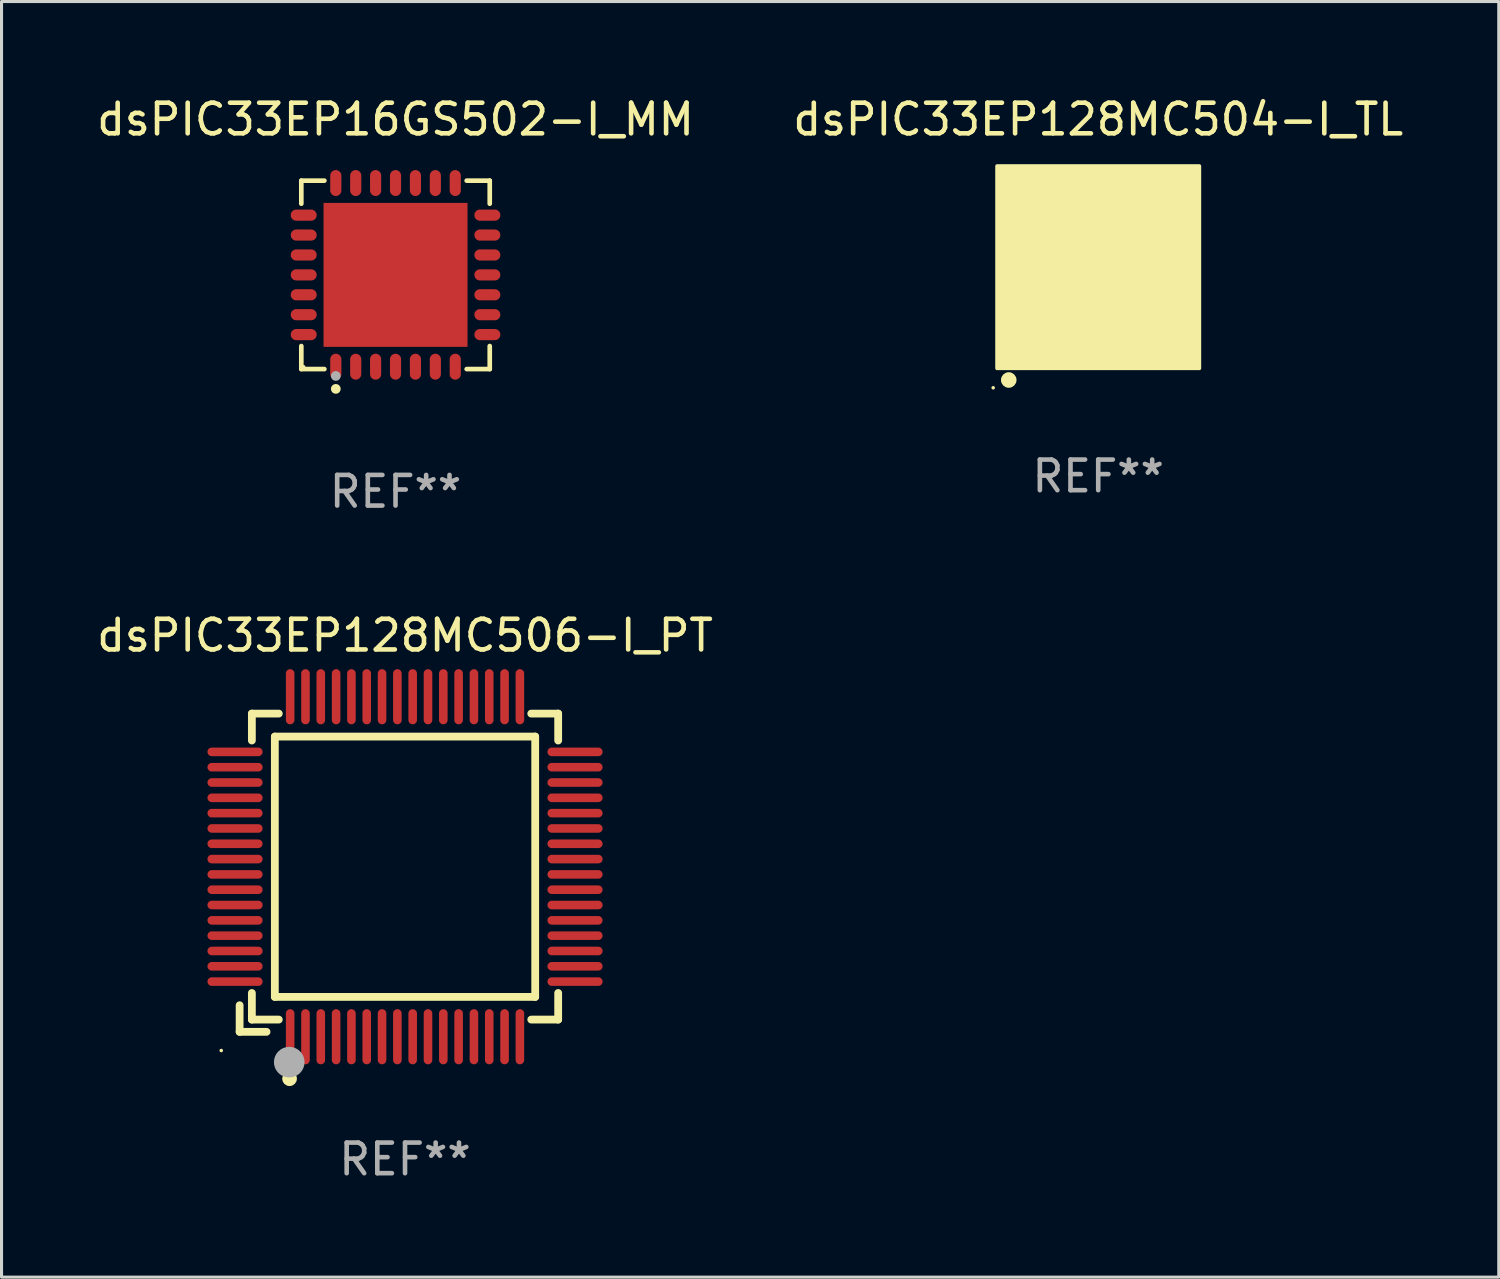
<source format=kicad_pcb>
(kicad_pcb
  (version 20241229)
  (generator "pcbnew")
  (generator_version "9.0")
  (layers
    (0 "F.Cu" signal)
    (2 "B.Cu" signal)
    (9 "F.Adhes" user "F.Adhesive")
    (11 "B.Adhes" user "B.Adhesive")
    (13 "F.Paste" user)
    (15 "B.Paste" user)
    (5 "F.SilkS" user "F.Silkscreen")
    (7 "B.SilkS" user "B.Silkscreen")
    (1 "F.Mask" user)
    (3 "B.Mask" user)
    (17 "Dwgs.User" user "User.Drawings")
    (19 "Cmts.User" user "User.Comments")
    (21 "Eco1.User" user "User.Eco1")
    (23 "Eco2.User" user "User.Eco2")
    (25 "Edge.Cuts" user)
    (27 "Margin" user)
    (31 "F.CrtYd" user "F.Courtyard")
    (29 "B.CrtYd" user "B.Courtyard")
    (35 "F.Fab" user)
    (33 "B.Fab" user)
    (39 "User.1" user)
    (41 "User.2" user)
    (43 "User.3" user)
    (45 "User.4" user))
  (footprint "dsPIC33EP128MC504-I_TL"
    (layer "F.Cu")
    (at 32.804 5.673)
    (property "Reference" "dsPIC33EP128MC504-I_TL" (at 0 -4.825 0) (layer "F.SilkS") (effects (font (size 1 1) (thickness 0.15))))
    (attr through_hole)
    (fp_circle (center -3.429 3.937) (end -3.399 3.937) (stroke (width 0.06) (type solid)) (fill no) (layer "F.SilkS"))
    (fp_circle (center -2.921 3.683) (end -2.794 3.683) (stroke (width 0.254) (type solid)) (fill no) (layer "F.SilkS"))
    (fp_poly (pts (xy -3.302 -3.302) (xy 3.302 -3.302) (xy 3.302 3.302) (xy -3.302 3.302)) (stroke (width 0.12) (type solid)) (fill yes) (layer "F.SilkS"))
    (fp_text user "REF**" (at 0 6.825 0) (layer "F.Fab") (effects (font (size 1 1) (thickness 0.15))))
    (pad "1" smd rect (at -2.25 2.825) (size 0.3 0.45) (layers "F.Cu" "F.Mask" "F.Paste"))
    (pad "2" smd rect (at -1.75 2.825) (size 0.3 0.45) (layers "F.Cu" "F.Mask" "F.Paste"))
    (pad "3" smd rect (at -1.25 2.825) (size 0.3 0.45) (layers "F.Cu" "F.Mask" "F.Paste"))
    (pad "4" smd rect (at -0.75 2.825) (size 0.3 0.45) (layers "F.Cu" "F.Mask" "F.Paste"))
    (pad "5" smd rect (at -0.25 2.825) (size 0.3 0.45) (layers "F.Cu" "F.Mask" "F.Paste"))
    (pad "6" smd rect (at 0.25 2.825) (size 0.3 0.45) (layers "F.Cu" "F.Mask" "F.Paste"))
    (pad "7" smd rect (at 0.75 2.825) (size 0.3 0.45) (layers "F.Cu" "F.Mask" "F.Paste"))
    (pad "8" smd rect (at 1.25 2.825) (size 0.3 0.45) (layers "F.Cu" "F.Mask" "F.Paste"))
    (pad "9" smd rect (at 1.75 2.825) (size 0.3 0.45) (layers "F.Cu" "F.Mask" "F.Paste"))
    (pad "10" smd rect (at 2.25 2.825) (size 0.3 0.45) (layers "F.Cu" "F.Mask" "F.Paste"))
    (pad "11" smd rect (at 2.825 2.825 90) (size 0.45 0.45) (layers "F.Cu" "F.Mask" "F.Paste"))
    (pad "12" smd rect (at 2.825 2.25 90) (size 0.3 0.45) (layers "F.Cu" "F.Mask" "F.Paste"))
    (pad "13" smd rect (at 2.825 1.75 90) (size 0.3 0.45) (layers "F.Cu" "F.Mask" "F.Paste"))
    (pad "14" smd rect (at 2.825 1.25 90) (size 0.3 0.45) (layers "F.Cu" "F.Mask" "F.Paste"))
    (pad "15" smd rect (at 2.825 0.75 90) (size 0.3 0.45) (layers "F.Cu" "F.Mask" "F.Paste"))
    (pad "16" smd rect (at 2.825 0.25 90) (size 0.3 0.45) (layers "F.Cu" "F.Mask" "F.Paste"))
    (pad "17" smd rect (at 2.825 -0.25 90) (size 0.3 0.45) (layers "F.Cu" "F.Mask" "F.Paste"))
    (pad "18" smd rect (at 2.825 -0.75 90) (size 0.3 0.45) (layers "F.Cu" "F.Mask" "F.Paste"))
    (pad "19" smd rect (at 2.825 -1.25 90) (size 0.3 0.45) (layers "F.Cu" "F.Mask" "F.Paste"))
    (pad "20" smd rect (at 2.825 -1.75 90) (size 0.3 0.45) (layers "F.Cu" "F.Mask" "F.Paste"))
    (pad "21" smd rect (at 2.825 -2.25 90) (size 0.3 0.45) (layers "F.Cu" "F.Mask" "F.Paste"))
    (pad "22" smd rect (at 2.825 -2.825 90) (size 0.45 0.45) (layers "F.Cu" "F.Mask" "F.Paste"))
    (pad "23" smd rect (at 2.25 -2.825) (size 0.3 0.45) (layers "F.Cu" "F.Mask" "F.Paste"))
    (pad "24" smd rect (at 1.75 -2.825) (size 0.3 0.45) (layers "F.Cu" "F.Mask" "F.Paste"))
    (pad "25" smd rect (at 1.25 -2.825) (size 0.3 0.45) (layers "F.Cu" "F.Mask" "F.Paste"))
    (pad "26" smd rect (at 0.75 -2.825) (size 0.3 0.45) (layers "F.Cu" "F.Mask" "F.Paste"))
    (pad "27" smd rect (at 0.25 -2.825) (size 0.3 0.45) (layers "F.Cu" "F.Mask" "F.Paste"))
    (pad "28" smd rect (at -0.25 -2.825) (size 0.3 0.45) (layers "F.Cu" "F.Mask" "F.Paste"))
    (pad "29" smd rect (at -0.75 -2.825) (size 0.3 0.45) (layers "F.Cu" "F.Mask" "F.Paste"))
    (pad "30" smd rect (at -1.25 -2.825) (size 0.3 0.45) (layers "F.Cu" "F.Mask" "F.Paste"))
    (pad "31" smd rect (at -1.75 -2.825) (size 0.3 0.45) (layers "F.Cu" "F.Mask" "F.Paste"))
    (pad "32" smd rect (at -2.25 -2.825) (size 0.3 0.45) (layers "F.Cu" "F.Mask" "F.Paste"))
    (pad "33" smd rect (at -2.825 -2.825 90) (size 0.45 0.45) (layers "F.Cu" "F.Mask" "F.Paste"))
    (pad "34" smd rect (at -2.825 -2.25 90) (size 0.3 0.45) (layers "F.Cu" "F.Mask" "F.Paste"))
    (pad "35" smd rect (at -2.825 -1.75 90) (size 0.3 0.45) (layers "F.Cu" "F.Mask" "F.Paste"))
    (pad "36" smd rect (at -2.825 -1.25 90) (size 0.3 0.45) (layers "F.Cu" "F.Mask" "F.Paste"))
    (pad "37" smd rect (at -2.825 -0.75 90) (size 0.3 0.45) (layers "F.Cu" "F.Mask" "F.Paste"))
    (pad "38" smd rect (at -2.825 -0.25 90) (size 0.3 0.45) (layers "F.Cu" "F.Mask" "F.Paste"))
    (pad "39" smd rect (at -2.825 0.25 90) (size 0.3 0.45) (layers "F.Cu" "F.Mask" "F.Paste"))
    (pad "40" smd rect (at -2.825 0.75 90) (size 0.3 0.45) (layers "F.Cu" "F.Mask" "F.Paste"))
    (pad "41" smd rect (at -2.825 1.25 90) (size 0.3 0.45) (layers "F.Cu" "F.Mask" "F.Paste"))
    (pad "42" smd rect (at -2.825 1.75 90) (size 0.3 0.45) (layers "F.Cu" "F.Mask" "F.Paste"))
    (pad "43" smd rect (at -2.825 2.25 90) (size 0.3 0.45) (layers "F.Cu" "F.Mask" "F.Paste"))
    (pad "44" smd rect (at -2.825 2.825 90) (size 0.45 0.45) (layers "F.Cu" "F.Mask" "F.Paste"))
    (pad "45" smd rect (at 0 0 90) (size 4.6 4.6) (layers "F.Cu" "F.Mask" "F.Paste")))
  (footprint "dsPIC33EP16GS502-I_MM"
    (layer "F.Cu")
    (at 9.863 5.924)
    (property "Reference" "dsPIC33EP16GS502-I_MM" (at 0 -5.076 0) (layer "F.SilkS") (effects (font (size 1 1) (thickness 0.15))))
    (attr through_hole)
    (fp_line (start -3.076 -3.076) (end -2.323 -3.076) (stroke (width 0.152) (type solid)) (layer "F.SilkS"))
    (fp_line (start -3.076 -2.323) (end -3.076 -3.076) (stroke (width 0.152) (type solid)) (layer "F.SilkS"))
    (fp_line (start -3.076 2.323) (end -3.076 3.076) (stroke (width 0.152) (type solid)) (layer "F.SilkS"))
    (fp_line (start -3.076 3.076) (end -2.323 3.076) (stroke (width 0.152) (type solid)) (layer "F.SilkS"))
    (fp_line (start 3.076 -3.076) (end 2.323 -3.076) (stroke (width 0.152) (type solid)) (layer "F.SilkS"))
    (fp_line (start 3.076 -2.323) (end 3.076 -3.076) (stroke (width 0.152) (type solid)) (layer "F.SilkS"))
    (fp_line (start 3.076 2.323) (end 3.076 3.076) (stroke (width 0.152) (type solid)) (layer "F.SilkS"))
    (fp_line (start 3.076 3.076) (end 2.323 3.076) (stroke (width 0.152) (type solid)) (layer "F.SilkS"))
    (fp_circle (center -3 3) (end -2.97 3) (stroke (width 0.06) (type solid)) (fill no) (layer "F.SilkS"))
    (fp_circle (center -1.95 3.722) (end -1.87 3.722) (stroke (width 0.16) (type solid)) (fill no) (layer "F.SilkS"))
    (fp_circle (center -1.95 3.3) (end -1.87 3.3) (stroke (width 0.16) (type solid)) (fill no) (layer "F.Fab"))
    (fp_text user "REF**" (at 0 7.076 0) (layer "F.Fab") (effects (font (size 1 1) (thickness 0.15))))
    (pad "1" smd oval (at -1.95 2.998) (size 0.364 0.847) (layers "F.Cu" "F.Mask" "F.Paste"))
    (pad "2" smd oval (at -1.3 2.998) (size 0.364 0.847) (layers "F.Cu" "F.Mask" "F.Paste"))
    (pad "3" smd oval (at -0.65 2.998) (size 0.364 0.847) (layers "F.Cu" "F.Mask" "F.Paste"))
    (pad "4" smd oval (at 0 2.998) (size 0.364 0.847) (layers "F.Cu" "F.Mask" "F.Paste"))
    (pad "5" smd oval (at 0.65 2.998) (size 0.364 0.847) (layers "F.Cu" "F.Mask" "F.Paste"))
    (pad "6" smd oval (at 1.3 2.998) (size 0.364 0.847) (layers "F.Cu" "F.Mask" "F.Paste"))
    (pad "7" smd oval (at 1.95 2.998) (size 0.364 0.847) (layers "F.Cu" "F.Mask" "F.Paste"))
    (pad "8" smd oval (at 2.998 1.95) (size 0.847 0.364) (layers "F.Cu" "F.Mask" "F.Paste"))
    (pad "9" smd oval (at 2.998 1.3) (size 0.847 0.364) (layers "F.Cu" "F.Mask" "F.Paste"))
    (pad "10" smd oval (at 2.998 0.65) (size 0.847 0.364) (layers "F.Cu" "F.Mask" "F.Paste"))
    (pad "11" smd oval (at 2.998 0) (size 0.847 0.364) (layers "F.Cu" "F.Mask" "F.Paste"))
    (pad "12" smd oval (at 2.998 -0.65) (size 0.847 0.364) (layers "F.Cu" "F.Mask" "F.Paste"))
    (pad "13" smd oval (at 2.998 -1.3) (size 0.847 0.364) (layers "F.Cu" "F.Mask" "F.Paste"))
    (pad "14" smd oval (at 2.998 -1.95) (size 0.847 0.364) (layers "F.Cu" "F.Mask" "F.Paste"))
    (pad "15" smd oval (at 1.95 -2.998) (size 0.364 0.847) (layers "F.Cu" "F.Mask" "F.Paste"))
    (pad "16" smd oval (at 1.3 -2.998) (size 0.364 0.847) (layers "F.Cu" "F.Mask" "F.Paste"))
    (pad "17" smd oval (at 0.65 -2.998) (size 0.364 0.847) (layers "F.Cu" "F.Mask" "F.Paste"))
    (pad "18" smd oval (at 0 -2.998) (size 0.364 0.847) (layers "F.Cu" "F.Mask" "F.Paste"))
    (pad "19" smd oval (at -0.65 -2.998) (size 0.364 0.847) (layers "F.Cu" "F.Mask" "F.Paste"))
    (pad "20" smd oval (at -1.3 -2.998) (size 0.364 0.847) (layers "F.Cu" "F.Mask" "F.Paste"))
    (pad "21" smd oval (at -1.95 -2.998) (size 0.364 0.847) (layers "F.Cu" "F.Mask" "F.Paste"))
    (pad "22" smd oval (at -2.998 -1.95) (size 0.847 0.364) (layers "F.Cu" "F.Mask" "F.Paste"))
    (pad "23" smd oval (at -2.998 -1.3) (size 0.847 0.364) (layers "F.Cu" "F.Mask" "F.Paste"))
    (pad "24" smd oval (at -2.998 -0.65) (size 0.847 0.364) (layers "F.Cu" "F.Mask" "F.Paste"))
    (pad "25" smd oval (at -2.998 0) (size 0.847 0.364) (layers "F.Cu" "F.Mask" "F.Paste"))
    (pad "26" smd oval (at -2.998 0.65) (size 0.847 0.364) (layers "F.Cu" "F.Mask" "F.Paste"))
    (pad "27" smd oval (at -2.998 1.3) (size 0.847 0.364) (layers "F.Cu" "F.Mask" "F.Paste"))
    (pad "28" smd oval (at -2.998 1.95) (size 0.847 0.364) (layers "F.Cu" "F.Mask" "F.Paste"))
    (pad "29" smd rect (at 0 0) (size 4.7 4.7) (layers "F.Cu" "F.Mask" "F.Paste")))
  (footprint "dsPIC33EP128MC506-I_PT"
    (layer "F.Cu")
    (at 10.173 25.247)
    (property "Reference" "dsPIC33EP128MC506-I_PT" (at 0 -7.55 0) (layer "F.SilkS") (effects (font (size 1 1) (thickness 0.15))))
    (attr through_hole)
    (fp_line (start -5.4 4.521) (end -5.4 5.39) (stroke (width 0.254) (type solid)) (layer "F.SilkS"))
    (fp_line (start -5.4 5.39) (end -4.521 5.39) (stroke (width 0.254) (type solid)) (layer "F.SilkS"))
    (fp_line (start -5 -5) (end -5 -4.121) (stroke (width 0.254) (type solid)) (layer "F.SilkS"))
    (fp_line (start -5 4.121) (end -5 4.99) (stroke (width 0.254) (type solid)) (layer "F.SilkS"))
    (fp_line (start -5 4.99) (end -4.121 4.99) (stroke (width 0.254) (type solid)) (layer "F.SilkS"))
    (fp_line (start -4.25 -4.25) (end -4.25 4.25) (stroke (width 0.254) (type solid)) (layer "F.SilkS"))
    (fp_line (start -4.25 4.25) (end 4.25 4.25) (stroke (width 0.254) (type solid)) (layer "F.SilkS"))
    (fp_line (start -4.121 -5) (end -5 -5) (stroke (width 0.254) (type solid)) (layer "F.SilkS"))
    (fp_line (start 4.121 4.99) (end 5 4.99) (stroke (width 0.254) (type solid)) (layer "F.SilkS"))
    (fp_line (start 4.25 -4.25) (end -4.25 -4.25) (stroke (width 0.254) (type solid)) (layer "F.SilkS"))
    (fp_line (start 4.25 4.25) (end 4.25 -4.25) (stroke (width 0.254) (type solid)) (layer "F.SilkS"))
    (fp_line (start 5 -5) (end 4.121 -5) (stroke (width 0.254) (type solid)) (layer "F.SilkS"))
    (fp_line (start 5 -4.121) (end 5 -5) (stroke (width 0.254) (type solid)) (layer "F.SilkS"))
    (fp_line (start 5 4.99) (end 5 4.121) (stroke (width 0.254) (type solid)) (layer "F.SilkS"))
    (fp_circle (center -6 6) (end -5.97 6) (stroke (width 0.06) (type solid)) (fill no) (layer "F.SilkS"))
    (fp_circle (center -3.77 6.92) (end -3.65 6.92) (stroke (width 0.24) (type solid)) (fill no) (layer "F.SilkS"))
    (fp_circle (center -3.78 6.38) (end -3.53 6.38) (stroke (width 0.5) (type solid)) (fill no) (layer "F.Fab"))
    (fp_text user "REF**" (at 0 9.55 0) (layer "F.Fab") (effects (font (size 1 1) (thickness 0.15))))
    (pad "1" smd oval (at -3.75 5.55) (size 0.28 1.8) (layers "F.Cu" "F.Mask" "F.Paste"))
    (pad "2" smd oval (at -3.25 5.55) (size 0.28 1.8) (layers "F.Cu" "F.Mask" "F.Paste"))
    (pad "3" smd oval (at -2.75 5.55) (size 0.28 1.8) (layers "F.Cu" "F.Mask" "F.Paste"))
    (pad "4" smd oval (at -2.25 5.55) (size 0.28 1.8) (layers "F.Cu" "F.Mask" "F.Paste"))
    (pad "5" smd oval (at -1.75 5.55) (size 0.28 1.8) (layers "F.Cu" "F.Mask" "F.Paste"))
    (pad "6" smd oval (at -1.25 5.55) (size 0.28 1.8) (layers "F.Cu" "F.Mask" "F.Paste"))
    (pad "7" smd oval (at -0.75 5.55) (size 0.28 1.8) (layers "F.Cu" "F.Mask" "F.Paste"))
    (pad "8" smd oval (at -0.25 5.55) (size 0.28 1.8) (layers "F.Cu" "F.Mask" "F.Paste"))
    (pad "9" smd oval (at 0.25 5.55) (size 0.28 1.8) (layers "F.Cu" "F.Mask" "F.Paste"))
    (pad "10" smd oval (at 0.75 5.55) (size 0.28 1.8) (layers "F.Cu" "F.Mask" "F.Paste"))
    (pad "11" smd oval (at 1.25 5.55) (size 0.28 1.8) (layers "F.Cu" "F.Mask" "F.Paste"))
    (pad "12" smd oval (at 1.75 5.55) (size 0.28 1.8) (layers "F.Cu" "F.Mask" "F.Paste"))
    (pad "13" smd oval (at 2.25 5.55) (size 0.28 1.8) (layers "F.Cu" "F.Mask" "F.Paste"))
    (pad "14" smd oval (at 2.75 5.55) (size 0.28 1.8) (layers "F.Cu" "F.Mask" "F.Paste"))
    (pad "15" smd oval (at 3.25 5.55) (size 0.28 1.8) (layers "F.Cu" "F.Mask" "F.Paste"))
    (pad "16" smd oval (at 3.75 5.55) (size 0.28 1.8) (layers "F.Cu" "F.Mask" "F.Paste"))
    (pad "17" smd oval (at 5.55 3.75) (size 1.8 0.28) (layers "F.Cu" "F.Mask" "F.Paste"))
    (pad "18" smd oval (at 5.55 3.25) (size 1.8 0.28) (layers "F.Cu" "F.Mask" "F.Paste"))
    (pad "19" smd oval (at 5.55 2.75) (size 1.8 0.28) (layers "F.Cu" "F.Mask" "F.Paste"))
    (pad "20" smd oval (at 5.55 2.25) (size 1.8 0.28) (layers "F.Cu" "F.Mask" "F.Paste"))
    (pad "21" smd oval (at 5.55 1.75) (size 1.8 0.28) (layers "F.Cu" "F.Mask" "F.Paste"))
    (pad "22" smd oval (at 5.55 1.25) (size 1.8 0.28) (layers "F.Cu" "F.Mask" "F.Paste"))
    (pad "23" smd oval (at 5.55 0.75) (size 1.8 0.28) (layers "F.Cu" "F.Mask" "F.Paste"))
    (pad "24" smd oval (at 5.55 0.25) (size 1.8 0.28) (layers "F.Cu" "F.Mask" "F.Paste"))
    (pad "25" smd oval (at 5.55 -0.25) (size 1.8 0.28) (layers "F.Cu" "F.Mask" "F.Paste"))
    (pad "26" smd oval (at 5.55 -0.75) (size 1.8 0.28) (layers "F.Cu" "F.Mask" "F.Paste"))
    (pad "27" smd oval (at 5.55 -1.25) (size 1.8 0.28) (layers "F.Cu" "F.Mask" "F.Paste"))
    (pad "28" smd oval (at 5.55 -1.75) (size 1.8 0.28) (layers "F.Cu" "F.Mask" "F.Paste"))
    (pad "29" smd oval (at 5.55 -2.25) (size 1.8 0.28) (layers "F.Cu" "F.Mask" "F.Paste"))
    (pad "30" smd oval (at 5.55 -2.75) (size 1.8 0.28) (layers "F.Cu" "F.Mask" "F.Paste"))
    (pad "31" smd oval (at 5.55 -3.25) (size 1.8 0.28) (layers "F.Cu" "F.Mask" "F.Paste"))
    (pad "32" smd oval (at 5.55 -3.75) (size 1.8 0.28) (layers "F.Cu" "F.Mask" "F.Paste"))
    (pad "33" smd oval (at 3.75 -5.55) (size 0.28 1.8) (layers "F.Cu" "F.Mask" "F.Paste"))
    (pad "34" smd oval (at 3.25 -5.55) (size 0.28 1.8) (layers "F.Cu" "F.Mask" "F.Paste"))
    (pad "35" smd oval (at 2.75 -5.55) (size 0.28 1.8) (layers "F.Cu" "F.Mask" "F.Paste"))
    (pad "36" smd oval (at 2.25 -5.55) (size 0.28 1.8) (layers "F.Cu" "F.Mask" "F.Paste"))
    (pad "37" smd oval (at 1.75 -5.55) (size 0.28 1.8) (layers "F.Cu" "F.Mask" "F.Paste"))
    (pad "38" smd oval (at 1.25 -5.55) (size 0.28 1.8) (layers "F.Cu" "F.Mask" "F.Paste"))
    (pad "39" smd oval (at 0.75 -5.55) (size 0.28 1.8) (layers "F.Cu" "F.Mask" "F.Paste"))
    (pad "40" smd oval (at 0.25 -5.55) (size 0.28 1.8) (layers "F.Cu" "F.Mask" "F.Paste"))
    (pad "41" smd oval (at -0.25 -5.55) (size 0.28 1.8) (layers "F.Cu" "F.Mask" "F.Paste"))
    (pad "42" smd oval (at -0.75 -5.55) (size 0.28 1.8) (layers "F.Cu" "F.Mask" "F.Paste"))
    (pad "43" smd oval (at -1.25 -5.55) (size 0.28 1.8) (layers "F.Cu" "F.Mask" "F.Paste"))
    (pad "44" smd oval (at -1.75 -5.55) (size 0.28 1.8) (layers "F.Cu" "F.Mask" "F.Paste"))
    (pad "45" smd oval (at -2.25 -5.55) (size 0.28 1.8) (layers "F.Cu" "F.Mask" "F.Paste"))
    (pad "46" smd oval (at -2.75 -5.55) (size 0.28 1.8) (layers "F.Cu" "F.Mask" "F.Paste"))
    (pad "47" smd oval (at -3.25 -5.55) (size 0.28 1.8) (layers "F.Cu" "F.Mask" "F.Paste"))
    (pad "48" smd oval (at -3.75 -5.55) (size 0.28 1.8) (layers "F.Cu" "F.Mask" "F.Paste"))
    (pad "49" smd oval (at -5.55 -3.75) (size 1.8 0.28) (layers "F.Cu" "F.Mask" "F.Paste"))
    (pad "50" smd oval (at -5.55 -3.25) (size 1.8 0.28) (layers "F.Cu" "F.Mask" "F.Paste"))
    (pad "51" smd oval (at -5.55 -2.75) (size 1.8 0.28) (layers "F.Cu" "F.Mask" "F.Paste"))
    (pad "52" smd oval (at -5.55 -2.25) (size 1.8 0.28) (layers "F.Cu" "F.Mask" "F.Paste"))
    (pad "53" smd oval (at -5.55 -1.75) (size 1.8 0.28) (layers "F.Cu" "F.Mask" "F.Paste"))
    (pad "54" smd oval (at -5.55 -1.25) (size 1.8 0.28) (layers "F.Cu" "F.Mask" "F.Paste"))
    (pad "55" smd oval (at -5.55 -0.75) (size 1.8 0.28) (layers "F.Cu" "F.Mask" "F.Paste"))
    (pad "56" smd oval (at -5.55 -0.25) (size 1.8 0.28) (layers "F.Cu" "F.Mask" "F.Paste"))
    (pad "57" smd oval (at -5.55 0.25) (size 1.8 0.28) (layers "F.Cu" "F.Mask" "F.Paste"))
    (pad "58" smd oval (at -5.55 0.75) (size 1.8 0.28) (layers "F.Cu" "F.Mask" "F.Paste"))
    (pad "59" smd oval (at -5.55 1.25) (size 1.8 0.28) (layers "F.Cu" "F.Mask" "F.Paste"))
    (pad "60" smd oval (at -5.55 1.75) (size 1.8 0.28) (layers "F.Cu" "F.Mask" "F.Paste"))
    (pad "61" smd oval (at -5.55 2.25) (size 1.8 0.28) (layers "F.Cu" "F.Mask" "F.Paste"))
    (pad "62" smd oval (at -5.55 2.75) (size 1.8 0.28) (layers "F.Cu" "F.Mask" "F.Paste"))
    (pad "63" smd oval (at -5.55 3.25) (size 1.8 0.28) (layers "F.Cu" "F.Mask" "F.Paste"))
    (pad "64" smd oval (at -5.55 3.75) (size 1.8 0.28) (layers "F.Cu" "F.Mask" "F.Paste")))
  (gr_rect
    (start -3 -3)
    (end 45.881 38.645)
    (stroke (width 0.1) (type default))
    (fill no)
    (layer "Edge.Cuts")))
</source>
